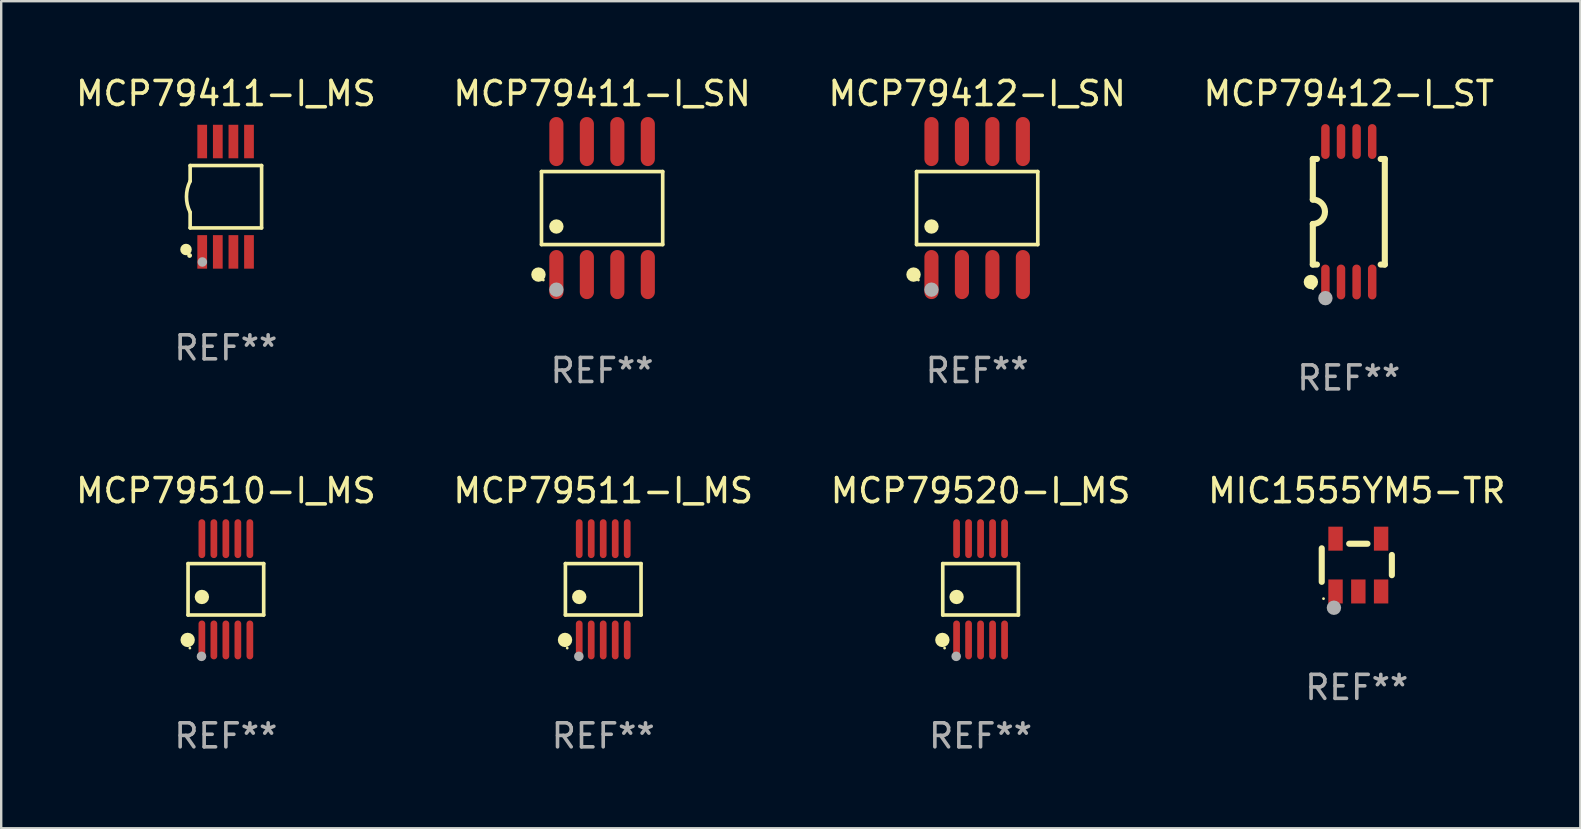
<source format=kicad_pcb>
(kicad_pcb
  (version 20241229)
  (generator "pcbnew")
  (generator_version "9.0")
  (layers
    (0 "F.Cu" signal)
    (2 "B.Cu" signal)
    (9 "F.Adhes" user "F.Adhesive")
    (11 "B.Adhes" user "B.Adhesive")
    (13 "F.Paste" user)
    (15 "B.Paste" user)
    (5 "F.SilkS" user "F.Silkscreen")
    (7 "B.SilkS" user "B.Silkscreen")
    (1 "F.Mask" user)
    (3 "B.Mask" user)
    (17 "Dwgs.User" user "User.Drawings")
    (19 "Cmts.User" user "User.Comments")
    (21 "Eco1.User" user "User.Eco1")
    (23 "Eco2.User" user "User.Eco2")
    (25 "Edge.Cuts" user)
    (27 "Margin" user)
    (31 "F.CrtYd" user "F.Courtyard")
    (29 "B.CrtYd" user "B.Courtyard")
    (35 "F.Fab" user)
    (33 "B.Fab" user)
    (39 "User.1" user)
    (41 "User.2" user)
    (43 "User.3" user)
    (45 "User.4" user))
  (footprint "MIC1555YM5-TR"
    (layer "F.Cu")
    (at 53.494 20.499)
    (property "Reference" "MIC1555YM5-TR" (at 0 -3.1 0) (layer "F.SilkS") (effects (font (size 1 1) (thickness 0.15))))
    (attr through_hole)
    (fp_line (start -1.461 -0.699) (end -1.461 0.699) (stroke (width 0.254) (type solid)) (layer "F.SilkS"))
    (fp_line (start -0.318 -0.889) (end 0.445 -0.889) (stroke (width 0.254) (type solid)) (layer "F.SilkS"))
    (fp_line (start 1.461 -0.422) (end 1.461 0.422) (stroke (width 0.254) (type solid)) (layer "F.SilkS"))
    (fp_circle (center -1.387 1.4) (end -1.357 1.4) (stroke (width 0.06) (type solid)) (fill no) (layer "F.SilkS"))
    (fp_circle (center -0.953 1.778) (end -0.802 1.778) (stroke (width 0.3) (type solid)) (fill no) (layer "F.Fab"))
    (fp_text user "REF**" (at 0 5.1 0) (layer "F.Fab") (effects (font (size 1 1) (thickness 0.15))))
    (pad "1" smd rect (at -0.886 1.1) (size 0.6 1) (layers "F.Cu" "F.Mask" "F.Paste"))
    (pad "2" smd rect (at 0.064 1.1) (size 0.6 1) (layers "F.Cu" "F.Mask" "F.Paste"))
    (pad "3" smd rect (at 1.013 1.1) (size 0.6 1) (layers "F.Cu" "F.Mask" "F.Paste"))
    (pad "4" smd rect (at 1.013 -1.1) (size 0.6 1) (layers "F.Cu" "F.Mask" "F.Paste"))
    (pad "5" smd rect (at -0.886 -1.1) (size 0.6 1) (layers "F.Cu" "F.Mask" "F.Paste")))
  (footprint "MCP79520-I_MS"
    (layer "F.Cu")
    (at 37.815 21.509)
    (property "Reference" "MCP79520-I_MS" (at 0 -4.11 0) (layer "F.SilkS") (effects (font (size 1 1) (thickness 0.15))))
    (attr through_hole)
    (fp_line (start -1.576 -1.071) (end 1.576 -1.071) (stroke (width 0.152) (type solid)) (layer "F.SilkS"))
    (fp_line (start -1.576 1.071) (end -1.576 -1.071) (stroke (width 0.152) (type solid)) (layer "F.SilkS"))
    (fp_line (start 1.576 -1.071) (end 1.576 1.071) (stroke (width 0.152) (type solid)) (layer "F.SilkS"))
    (fp_line (start 1.576 1.071) (end -1.576 1.071) (stroke (width 0.152) (type solid)) (layer "F.SilkS"))
    (fp_circle (center -1.592 2.11) (end -1.442 2.11) (stroke (width 0.3) (type solid)) (fill no) (layer "F.SilkS"))
    (fp_circle (center -1.5 2.45) (end -1.47 2.45) (stroke (width 0.06) (type solid)) (fill no) (layer "F.SilkS"))
    (fp_circle (center -1 0.319) (end -0.85 0.319) (stroke (width 0.3) (type solid)) (fill no) (layer "F.SilkS"))
    (fp_circle (center -1.016 2.794) (end -0.916 2.794) (stroke (width 0.2) (type solid)) (fill no) (layer "F.Fab"))
    (fp_text user "REF**" (at 0 6.11 0) (layer "F.Fab") (effects (font (size 1 1) (thickness 0.15))))
    (pad "1" smd oval (at -1 2.11) (size 0.28 1.62) (layers "F.Cu" "F.Mask" "F.Paste"))
    (pad "2" smd oval (at -0.5 2.11) (size 0.28 1.62) (layers "F.Cu" "F.Mask" "F.Paste"))
    (pad "3" smd oval (at 0 2.11) (size 0.28 1.62) (layers "F.Cu" "F.Mask" "F.Paste"))
    (pad "4" smd oval (at 0.5 2.11) (size 0.28 1.62) (layers "F.Cu" "F.Mask" "F.Paste"))
    (pad "5" smd oval (at 1 2.11) (size 0.28 1.62) (layers "F.Cu" "F.Mask" "F.Paste"))
    (pad "6" smd oval (at 1 -2.11) (size 0.28 1.62) (layers "F.Cu" "F.Mask" "F.Paste"))
    (pad "7" smd oval (at 0.5 -2.11) (size 0.28 1.62) (layers "F.Cu" "F.Mask" "F.Paste"))
    (pad "8" smd oval (at 0 -2.11) (size 0.28 1.62) (layers "F.Cu" "F.Mask" "F.Paste"))
    (pad "9" smd oval (at -0.5 -2.11) (size 0.28 1.62) (layers "F.Cu" "F.Mask" "F.Paste"))
    (pad "10" smd oval (at -1 -2.11) (size 0.28 1.62) (layers "F.Cu" "F.Mask" "F.Paste")))
  (footprint "MCP79412-I_ST"
    (layer "F.Cu")
    (at 53.161 5.775)
    (property "Reference" "MCP79412-I_ST" (at 0 -4.927 0) (layer "F.SilkS") (effects (font (size 1 1) (thickness 0.15))))
    (attr through_hole)
    (fp_line (start -1.5 -2.2) (end -1.5 -0.508) (stroke (width 0.254) (type solid)) (layer "F.SilkS"))
    (fp_line (start -1.5 -2.2) (end -1.328 -2.2) (stroke (width 0.254) (type solid)) (layer "F.SilkS"))
    (fp_line (start -1.5 2.2) (end -1.5 0.508) (stroke (width 0.254) (type solid)) (layer "F.SilkS"))
    (fp_line (start -1.5 2.2) (end -1.328 2.2) (stroke (width 0.254) (type solid)) (layer "F.SilkS"))
    (fp_line (start 1.328 -2.2) (end 1.5 -2.2) (stroke (width 0.254) (type solid)) (layer "F.SilkS"))
    (fp_line (start 1.328 2.2) (end 1.5 2.2) (stroke (width 0.254) (type solid)) (layer "F.SilkS"))
    (fp_line (start 1.5 -2.2) (end 1.5 2.2) (stroke (width 0.254) (type solid)) (layer "F.SilkS"))
    (fp_arc (start -1.501144 -0.508) (mid -0.993143 -0.000571) (end -1.5 0.508001) (stroke (width 0.254001) (type solid)) (layer "F.SilkS"))
    (fp_circle (center -1.581 2.927) (end -1.431 2.927) (stroke (width 0.3) (type solid)) (fill no) (layer "F.SilkS"))
    (fp_circle (center -1.5 3.2) (end -1.47 3.2) (stroke (width 0.06) (type solid)) (fill no) (layer "F.SilkS"))
    (fp_circle (center -0.975 3.6) (end -0.825 3.6) (stroke (width 0.3) (type solid)) (fill no) (layer "F.Fab"))
    (fp_text user "REF**" (at 0 6.927 0) (layer "F.Fab") (effects (font (size 1 1) (thickness 0.15))))
    (pad "1" smd oval (at -0.975 2.927) (size 0.353 1.454) (layers "F.Cu" "F.Mask" "F.Paste"))
    (pad "2" smd oval (at -0.325 2.927) (size 0.353 1.454) (layers "F.Cu" "F.Mask" "F.Paste"))
    (pad "3" smd oval (at 0.325 2.927) (size 0.353 1.454) (layers "F.Cu" "F.Mask" "F.Paste"))
    (pad "4" smd oval (at 0.975 2.927) (size 0.353 1.454) (layers "F.Cu" "F.Mask" "F.Paste"))
    (pad "5" smd oval (at 0.975 -2.927) (size 0.353 1.454) (layers "F.Cu" "F.Mask" "F.Paste"))
    (pad "6" smd oval (at 0.325 -2.927) (size 0.353 1.454) (layers "F.Cu" "F.Mask" "F.Paste"))
    (pad "7" smd oval (at -0.325 -2.927) (size 0.353 1.454) (layers "F.Cu" "F.Mask" "F.Paste"))
    (pad "8" smd oval (at -0.975 -2.927) (size 0.353 1.454) (layers "F.Cu" "F.Mask" "F.Paste")))
  (footprint "MCP79411-I_SN"
    (layer "F.Cu")
    (at 22.042 5.621)
    (property "Reference" "MCP79411-I_SN" (at 0 -4.772 0) (layer "F.SilkS") (effects (font (size 1 1) (thickness 0.15))))
    (attr through_hole)
    (fp_line (start -2.526 -1.521) (end 2.526 -1.521) (stroke (width 0.152) (type solid)) (layer "F.SilkS"))
    (fp_line (start -2.526 1.521) (end -2.526 -1.521) (stroke (width 0.152) (type solid)) (layer "F.SilkS"))
    (fp_line (start 2.526 -1.521) (end 2.526 1.521) (stroke (width 0.152) (type solid)) (layer "F.SilkS"))
    (fp_line (start 2.526 1.521) (end -2.526 1.521) (stroke (width 0.152) (type solid)) (layer "F.SilkS"))
    (fp_circle (center -2.652 2.772) (end -2.501 2.772) (stroke (width 0.3) (type solid)) (fill no) (layer "F.SilkS"))
    (fp_circle (center -2.45 3) (end -2.42 3) (stroke (width 0.06) (type solid)) (fill no) (layer "F.SilkS"))
    (fp_circle (center -1.905 0.769) (end -1.755 0.769) (stroke (width 0.3) (type solid)) (fill no) (layer "F.SilkS"))
    (fp_circle (center -1.905 3.4) (end -1.755 3.4) (stroke (width 0.3) (type solid)) (fill no) (layer "F.Fab"))
    (fp_text user "REF**" (at 0 6.772 0) (layer "F.Fab") (effects (font (size 1 1) (thickness 0.15))))
    (pad "1" smd oval (at -1.905 2.772) (size 0.588 2.045) (layers "F.Cu" "F.Mask" "F.Paste"))
    (pad "2" smd oval (at -0.635 2.772) (size 0.588 2.045) (layers "F.Cu" "F.Mask" "F.Paste"))
    (pad "3" smd oval (at 0.635 2.772) (size 0.588 2.045) (layers "F.Cu" "F.Mask" "F.Paste"))
    (pad "4" smd oval (at 1.905 2.772) (size 0.588 2.045) (layers "F.Cu" "F.Mask" "F.Paste"))
    (pad "5" smd oval (at 1.905 -2.772) (size 0.588 2.045) (layers "F.Cu" "F.Mask" "F.Paste"))
    (pad "6" smd oval (at 0.635 -2.772) (size 0.588 2.045) (layers "F.Cu" "F.Mask" "F.Paste"))
    (pad "7" smd oval (at -0.635 -2.772) (size 0.588 2.045) (layers "F.Cu" "F.Mask" "F.Paste"))
    (pad "8" smd oval (at -1.905 -2.772) (size 0.588 2.045) (layers "F.Cu" "F.Mask" "F.Paste")))
  (footprint "MCP79412-I_SN"
    (layer "F.Cu")
    (at 37.673 5.621)
    (property "Reference" "MCP79412-I_SN" (at 0 -4.772 0) (layer "F.SilkS") (effects (font (size 1 1) (thickness 0.15))))
    (attr through_hole)
    (fp_line (start -2.526 -1.521) (end 2.526 -1.521) (stroke (width 0.152) (type solid)) (layer "F.SilkS"))
    (fp_line (start -2.526 1.521) (end -2.526 -1.521) (stroke (width 0.152) (type solid)) (layer "F.SilkS"))
    (fp_line (start 2.526 -1.521) (end 2.526 1.521) (stroke (width 0.152) (type solid)) (layer "F.SilkS"))
    (fp_line (start 2.526 1.521) (end -2.526 1.521) (stroke (width 0.152) (type solid)) (layer "F.SilkS"))
    (fp_circle (center -2.652 2.772) (end -2.501 2.772) (stroke (width 0.3) (type solid)) (fill no) (layer "F.SilkS"))
    (fp_circle (center -2.45 3) (end -2.42 3) (stroke (width 0.06) (type solid)) (fill no) (layer "F.SilkS"))
    (fp_circle (center -1.905 0.769) (end -1.755 0.769) (stroke (width 0.3) (type solid)) (fill no) (layer "F.SilkS"))
    (fp_circle (center -1.905 3.4) (end -1.755 3.4) (stroke (width 0.3) (type solid)) (fill no) (layer "F.Fab"))
    (fp_text user "REF**" (at 0 6.772 0) (layer "F.Fab") (effects (font (size 1 1) (thickness 0.15))))
    (pad "1" smd oval (at -1.905 2.772) (size 0.588 2.045) (layers "F.Cu" "F.Mask" "F.Paste"))
    (pad "2" smd oval (at -0.635 2.772) (size 0.588 2.045) (layers "F.Cu" "F.Mask" "F.Paste"))
    (pad "3" smd oval (at 0.635 2.772) (size 0.588 2.045) (layers "F.Cu" "F.Mask" "F.Paste"))
    (pad "4" smd oval (at 1.905 2.772) (size 0.588 2.045) (layers "F.Cu" "F.Mask" "F.Paste"))
    (pad "5" smd oval (at 1.905 -2.772) (size 0.588 2.045) (layers "F.Cu" "F.Mask" "F.Paste"))
    (pad "6" smd oval (at 0.635 -2.772) (size 0.588 2.045) (layers "F.Cu" "F.Mask" "F.Paste"))
    (pad "7" smd oval (at -0.635 -2.772) (size 0.588 2.045) (layers "F.Cu" "F.Mask" "F.Paste"))
    (pad "8" smd oval (at -1.905 -2.772) (size 0.588 2.045) (layers "F.Cu" "F.Mask" "F.Paste")))
  (footprint "MCP79511-I_MS"
    (layer "F.Cu")
    (at 22.089 21.509)
    (property "Reference" "MCP79511-I_MS" (at 0 -4.11 0) (layer "F.SilkS") (effects (font (size 1 1) (thickness 0.15))))
    (attr through_hole)
    (fp_line (start -1.576 -1.071) (end 1.576 -1.071) (stroke (width 0.152) (type solid)) (layer "F.SilkS"))
    (fp_line (start -1.576 1.071) (end -1.576 -1.071) (stroke (width 0.152) (type solid)) (layer "F.SilkS"))
    (fp_line (start 1.576 -1.071) (end 1.576 1.071) (stroke (width 0.152) (type solid)) (layer "F.SilkS"))
    (fp_line (start 1.576 1.071) (end -1.576 1.071) (stroke (width 0.152) (type solid)) (layer "F.SilkS"))
    (fp_circle (center -1.592 2.11) (end -1.442 2.11) (stroke (width 0.3) (type solid)) (fill no) (layer "F.SilkS"))
    (fp_circle (center -1.5 2.45) (end -1.47 2.45) (stroke (width 0.06) (type solid)) (fill no) (layer "F.SilkS"))
    (fp_circle (center -1 0.319) (end -0.85 0.319) (stroke (width 0.3) (type solid)) (fill no) (layer "F.SilkS"))
    (fp_circle (center -1.016 2.794) (end -0.916 2.794) (stroke (width 0.2) (type solid)) (fill no) (layer "F.Fab"))
    (fp_text user "REF**" (at 0 6.11 0) (layer "F.Fab") (effects (font (size 1 1) (thickness 0.15))))
    (pad "1" smd oval (at -1 2.11) (size 0.28 1.62) (layers "F.Cu" "F.Mask" "F.Paste"))
    (pad "2" smd oval (at -0.5 2.11) (size 0.28 1.62) (layers "F.Cu" "F.Mask" "F.Paste"))
    (pad "3" smd oval (at 0 2.11) (size 0.28 1.62) (layers "F.Cu" "F.Mask" "F.Paste"))
    (pad "4" smd oval (at 0.5 2.11) (size 0.28 1.62) (layers "F.Cu" "F.Mask" "F.Paste"))
    (pad "5" smd oval (at 1 2.11) (size 0.28 1.62) (layers "F.Cu" "F.Mask" "F.Paste"))
    (pad "6" smd oval (at 1 -2.11) (size 0.28 1.62) (layers "F.Cu" "F.Mask" "F.Paste"))
    (pad "7" smd oval (at 0.5 -2.11) (size 0.28 1.62) (layers "F.Cu" "F.Mask" "F.Paste"))
    (pad "8" smd oval (at 0 -2.11) (size 0.28 1.62) (layers "F.Cu" "F.Mask" "F.Paste"))
    (pad "9" smd oval (at -0.5 -2.11) (size 0.28 1.62) (layers "F.Cu" "F.Mask" "F.Paste"))
    (pad "10" smd oval (at -1 -2.11) (size 0.28 1.62) (layers "F.Cu" "F.Mask" "F.Paste")))
  (footprint "MCP79510-I_MS"
    (layer "F.Cu")
    (at 6.363 21.509)
    (property "Reference" "MCP79510-I_MS" (at 0 -4.11 0) (layer "F.SilkS") (effects (font (size 1 1) (thickness 0.15))))
    (attr through_hole)
    (fp_line (start -1.576 -1.071) (end 1.576 -1.071) (stroke (width 0.152) (type solid)) (layer "F.SilkS"))
    (fp_line (start -1.576 1.071) (end -1.576 -1.071) (stroke (width 0.152) (type solid)) (layer "F.SilkS"))
    (fp_line (start 1.576 -1.071) (end 1.576 1.071) (stroke (width 0.152) (type solid)) (layer "F.SilkS"))
    (fp_line (start 1.576 1.071) (end -1.576 1.071) (stroke (width 0.152) (type solid)) (layer "F.SilkS"))
    (fp_circle (center -1.592 2.11) (end -1.442 2.11) (stroke (width 0.3) (type solid)) (fill no) (layer "F.SilkS"))
    (fp_circle (center -1.5 2.45) (end -1.47 2.45) (stroke (width 0.06) (type solid)) (fill no) (layer "F.SilkS"))
    (fp_circle (center -1 0.319) (end -0.85 0.319) (stroke (width 0.3) (type solid)) (fill no) (layer "F.SilkS"))
    (fp_circle (center -1.016 2.794) (end -0.916 2.794) (stroke (width 0.2) (type solid)) (fill no) (layer "F.Fab"))
    (fp_text user "REF**" (at 0 6.11 0) (layer "F.Fab") (effects (font (size 1 1) (thickness 0.15))))
    (pad "1" smd oval (at -1 2.11) (size 0.28 1.62) (layers "F.Cu" "F.Mask" "F.Paste"))
    (pad "2" smd oval (at -0.5 2.11) (size 0.28 1.62) (layers "F.Cu" "F.Mask" "F.Paste"))
    (pad "3" smd oval (at 0 2.11) (size 0.28 1.62) (layers "F.Cu" "F.Mask" "F.Paste"))
    (pad "4" smd oval (at 0.5 2.11) (size 0.28 1.62) (layers "F.Cu" "F.Mask" "F.Paste"))
    (pad "5" smd oval (at 1 2.11) (size 0.28 1.62) (layers "F.Cu" "F.Mask" "F.Paste"))
    (pad "6" smd oval (at 1 -2.11) (size 0.28 1.62) (layers "F.Cu" "F.Mask" "F.Paste"))
    (pad "7" smd oval (at 0.5 -2.11) (size 0.28 1.62) (layers "F.Cu" "F.Mask" "F.Paste"))
    (pad "8" smd oval (at 0 -2.11) (size 0.28 1.62) (layers "F.Cu" "F.Mask" "F.Paste"))
    (pad "9" smd oval (at -0.5 -2.11) (size 0.28 1.62) (layers "F.Cu" "F.Mask" "F.Paste"))
    (pad "10" smd oval (at -1 -2.11) (size 0.28 1.62) (layers "F.Cu" "F.Mask" "F.Paste")))
  (footprint "MCP79411-I_MS"
    (layer "F.Cu")
    (at 6.363 5.148)
    (property "Reference" "MCP79411-I_MS" (at 0 -4.3 0) (layer "F.SilkS") (effects (font (size 1 1) (thickness 0.15))))
    (attr through_hole)
    (fp_line (start -1.489 -1.3) (end -1.489 -0.648) (stroke (width 0.15) (type solid)) (layer "F.SilkS"))
    (fp_line (start -1.489 0.648) (end -1.489 1.3) (stroke (width 0.15) (type solid)) (layer "F.SilkS"))
    (fp_line (start -1.489 1.3) (end 1.489 1.3) (stroke (width 0.15) (type solid)) (layer "F.SilkS"))
    (fp_line (start 1.489 -1.3) (end -1.489 -1.3) (stroke (width 0.15) (type solid)) (layer "F.SilkS"))
    (fp_line (start 1.489 1.3) (end 1.489 -1.3) (stroke (width 0.15) (type solid)) (layer "F.SilkS"))
    (fp_arc (start -1.489205 0.647702) (mid -1.642107 0) (end -1.489205 -0.647701) (stroke (width 0.150013) (type solid)) (layer "F.SilkS"))
    (fp_circle (center -1.661 2.2) (end -1.541 2.2) (stroke (width 0.24) (type solid)) (fill no) (layer "F.SilkS"))
    (fp_circle (center -1.511 2.45) (end -1.461 2.45) (stroke (width 0.1) (type solid)) (fill no) (layer "F.SilkS"))
    (fp_circle (center -0.981 2.72) (end -0.881 2.72) (stroke (width 0.2) (type solid)) (fill no) (layer "F.Fab"))
    (fp_text user "REF**" (at 0 6.3 0) (layer "F.Fab") (effects (font (size 1 1) (thickness 0.15))))
    (pad "1" smd rect (at -0.986 2.3) (size 0.406 1.397) (layers "F.Cu" "F.Mask" "F.Paste"))
    (pad "2" smd rect (at -0.336 2.3) (size 0.406 1.397) (layers "F.Cu" "F.Mask" "F.Paste"))
    (pad "3" smd rect (at 0.314 2.3) (size 0.406 1.397) (layers "F.Cu" "F.Mask" "F.Paste"))
    (pad "4" smd rect (at 0.964 2.3) (size 0.406 1.397) (layers "F.Cu" "F.Mask" "F.Paste"))
    (pad "5" smd rect (at 0.964 -2.3) (size 0.406 1.397) (layers "F.Cu" "F.Mask" "F.Paste"))
    (pad "6" smd rect (at 0.314 -2.3) (size 0.406 1.397) (layers "F.Cu" "F.Mask" "F.Paste"))
    (pad "7" smd rect (at -0.336 -2.3) (size 0.406 1.397) (layers "F.Cu" "F.Mask" "F.Paste"))
    (pad "8" smd rect (at -0.986 -2.3) (size 0.406 1.397) (layers "F.Cu" "F.Mask" "F.Paste")))
  (gr_rect
    (start -3 -3)
    (end 62.81 31.467)
    (stroke (width 0.1) (type default))
    (fill no)
    (layer "Edge.Cuts")))
</source>
